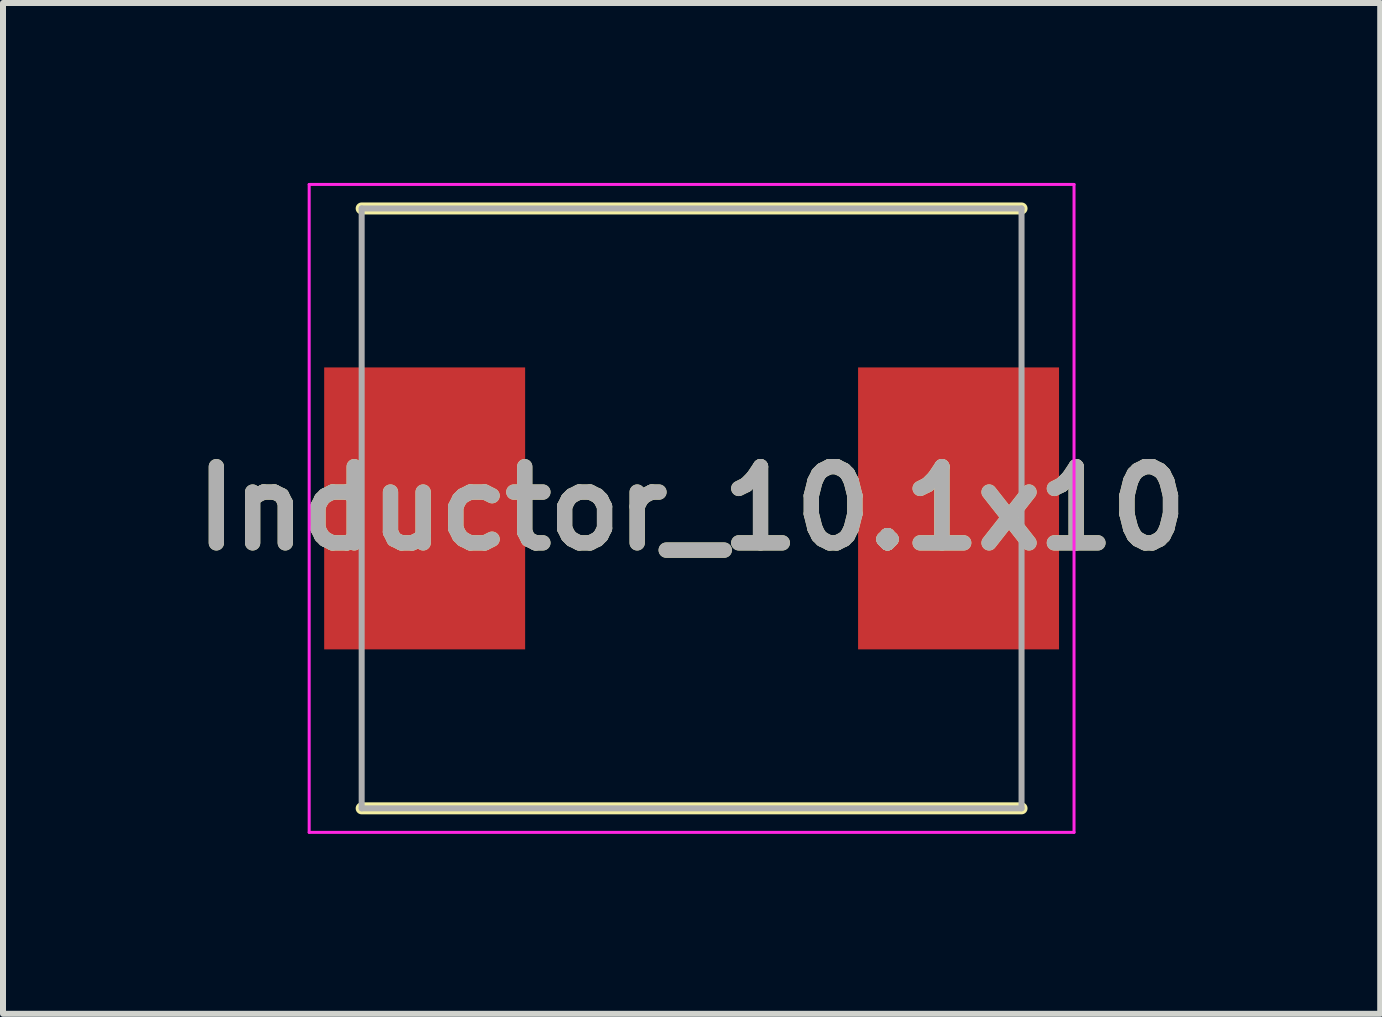
<source format=kicad_pcb>
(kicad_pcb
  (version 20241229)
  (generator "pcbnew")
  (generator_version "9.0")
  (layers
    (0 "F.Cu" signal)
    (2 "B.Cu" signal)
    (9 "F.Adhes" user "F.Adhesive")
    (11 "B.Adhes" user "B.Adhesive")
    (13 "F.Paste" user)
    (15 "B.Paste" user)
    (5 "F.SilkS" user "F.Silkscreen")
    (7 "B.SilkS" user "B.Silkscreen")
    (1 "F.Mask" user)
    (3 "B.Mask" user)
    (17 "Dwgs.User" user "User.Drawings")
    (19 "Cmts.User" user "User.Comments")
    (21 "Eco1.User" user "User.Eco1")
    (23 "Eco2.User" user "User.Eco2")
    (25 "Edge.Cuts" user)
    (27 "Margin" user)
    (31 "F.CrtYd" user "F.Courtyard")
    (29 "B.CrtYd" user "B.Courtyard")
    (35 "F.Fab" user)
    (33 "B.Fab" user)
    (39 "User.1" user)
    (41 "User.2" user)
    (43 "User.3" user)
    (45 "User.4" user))
  (footprint "Inductor_10.1x10"
    (layer "F.Cu")
    (at 8.479 5.425)
    (property "Reference" "Inductor_10.1x10" (at 0 0 0) (layer "F.SilkS") (effects (font (size 1.27 1.27) (thickness 0.254))))
    (attr smd)
    (fp_line (start -5.5 5) (end 5.5 5) (stroke (width 0.2) (type solid)) (layer "F.SilkS"))
    (fp_line (start 5.5 -5) (end -5.5 -5) (stroke (width 0.2) (type solid)) (layer "F.SilkS"))
    (fp_line (start -6.375 -5.4) (end 6.375 -5.4) (stroke (width 0.05) (type solid)) (layer "F.CrtYd"))
    (fp_line (start -6.375 5.4) (end -6.375 -5.4) (stroke (width 0.05) (type solid)) (layer "F.CrtYd"))
    (fp_line (start 6.375 -5.4) (end 6.375 5.4) (stroke (width 0.05) (type solid)) (layer "F.CrtYd"))
    (fp_line (start 6.375 5.4) (end -6.375 5.4) (stroke (width 0.05) (type solid)) (layer "F.CrtYd"))
    (fp_line (start -5.5 -5) (end 5.5 -5) (stroke (width 0.1) (type solid)) (layer "F.Fab"))
    (fp_line (start -5.5 5) (end -5.5 -5) (stroke (width 0.1) (type solid)) (layer "F.Fab"))
    (fp_line (start 5.5 -5) (end 5.5 5) (stroke (width 0.1) (type solid)) (layer "F.Fab"))
    (fp_line (start 5.5 5) (end -5.5 5) (stroke (width 0.1) (type solid)) (layer "F.Fab"))
    (fp_text user "${REFERENCE}" (at 0 0 0) (layer "F.Fab") (effects (font (size 1.27 1.27) (thickness 0.254))))
    (pad "1" smd rect (at -4.45 0) (size 3.35 4.7) (layers "F.Cu" "F.Mask" "F.Paste"))
    (pad "2" smd rect (at 4.45 0) (size 3.35 4.7) (layers "F.Cu" "F.Mask" "F.Paste")))
  (gr_rect
    (start -3 -3)
    (end 19.958 13.85)
    (stroke (width 0.1) (type default))
    (fill no)
    (layer "Edge.Cuts")))
</source>
